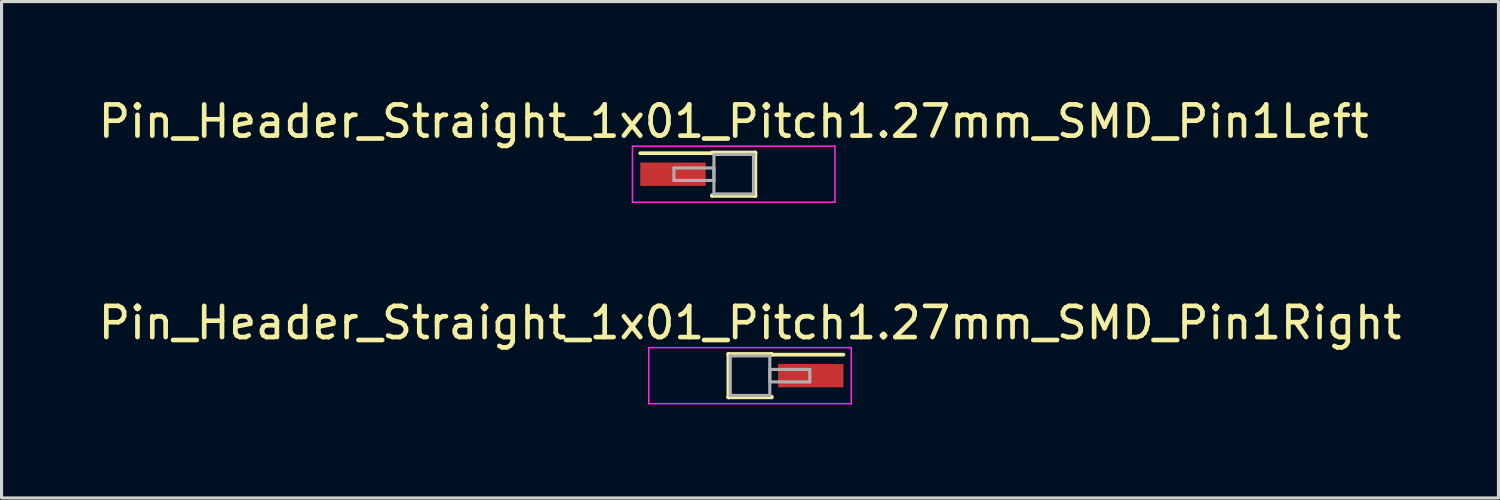
<source format=kicad_pcb>
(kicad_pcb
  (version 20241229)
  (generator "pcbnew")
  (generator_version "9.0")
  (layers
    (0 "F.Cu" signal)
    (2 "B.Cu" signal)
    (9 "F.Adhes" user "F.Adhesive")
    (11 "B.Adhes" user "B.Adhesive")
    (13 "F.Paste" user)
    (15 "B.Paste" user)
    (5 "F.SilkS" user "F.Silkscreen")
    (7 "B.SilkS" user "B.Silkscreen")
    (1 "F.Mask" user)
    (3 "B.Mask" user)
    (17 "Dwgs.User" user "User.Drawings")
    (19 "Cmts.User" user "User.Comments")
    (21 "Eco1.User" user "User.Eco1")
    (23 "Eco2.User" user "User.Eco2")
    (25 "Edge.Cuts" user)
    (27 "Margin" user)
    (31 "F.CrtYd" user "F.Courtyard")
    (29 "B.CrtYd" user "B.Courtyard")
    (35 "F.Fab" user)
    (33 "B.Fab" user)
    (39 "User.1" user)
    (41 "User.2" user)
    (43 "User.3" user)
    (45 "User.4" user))
  (footprint "Pin_Header_Straight_1x01_Pitch1.27mm_SMD_Pin1Right"
    (layer "F.Cu")
    (at 21.03 9.011)
    (property "Reference" "Pin_Header_Straight_1x01_Pitch1.27mm_SMD_Pin1Right" (at 0 -1.695 0) (layer "F.SilkS") (effects (font (size 1 1) (thickness 0.15))))
    (attr smd)
    (fp_line (start -0.695 -0.695) (end -0.695 0.695) (stroke (width 0.12) (type solid)) (layer "F.SilkS"))
    (fp_line (start -0.695 -0.695) (end 0.695 -0.695) (stroke (width 0.12) (type solid)) (layer "F.SilkS"))
    (fp_line (start -0.695 -0.675) (end -0.695 -0.695) (stroke (width 0.12) (type solid)) (layer "F.SilkS"))
    (fp_line (start -0.695 0.675) (end -0.695 0.695) (stroke (width 0.12) (type solid)) (layer "F.SilkS"))
    (fp_line (start -0.695 0.695) (end 0.695 0.695) (stroke (width 0.12) (type solid)) (layer "F.SilkS"))
    (fp_line (start 0.695 -0.695) (end 0.695 -0.675) (stroke (width 0.12) (type solid)) (layer "F.SilkS"))
    (fp_line (start 0.695 -0.675) (end 3 -0.675) (stroke (width 0.12) (type solid)) (layer "F.SilkS"))
    (fp_line (start 0.695 0.695) (end 0.695 0.675) (stroke (width 0.12) (type solid)) (layer "F.SilkS"))
    (fp_line (start -3.25 -0.9) (end -3.25 0.9) (stroke (width 0.05) (type solid)) (layer "F.CrtYd"))
    (fp_line (start -3.25 0.9) (end 3.25 0.9) (stroke (width 0.05) (type solid)) (layer "F.CrtYd"))
    (fp_line (start 3.25 -0.9) (end -3.25 -0.9) (stroke (width 0.05) (type solid)) (layer "F.CrtYd"))
    (fp_line (start 3.25 0.9) (end 3.25 -0.9) (stroke (width 0.05) (type solid)) (layer "F.CrtYd"))
    (fp_line (start -0.635 -0.635) (end -0.635 0.635) (stroke (width 0.1) (type solid)) (layer "F.Fab"))
    (fp_line (start -0.635 0.635) (end 0.635 0.635) (stroke (width 0.1) (type solid)) (layer "F.Fab"))
    (fp_line (start 0.635 -0.635) (end -0.635 -0.635) (stroke (width 0.1) (type solid)) (layer "F.Fab"))
    (fp_line (start 0.635 -0.2) (end 0.635 0.2) (stroke (width 0.1) (type solid)) (layer "F.Fab"))
    (fp_line (start 0.635 0.2) (end 1.92 0.2) (stroke (width 0.1) (type solid)) (layer "F.Fab"))
    (fp_line (start 0.635 0.635) (end 0.635 -0.635) (stroke (width 0.1) (type solid)) (layer "F.Fab"))
    (fp_line (start 1.92 -0.2) (end 0.635 -0.2) (stroke (width 0.1) (type solid)) (layer "F.Fab"))
    (fp_line (start 1.92 0.2) (end 1.92 -0.2) (stroke (width 0.1) (type solid)) (layer "F.Fab"))
    (pad "1" smd rect (at 1.95 0) (size 2.1 0.75) (layers "F.Cu" "F.Mask")))
  (footprint "Pin_Header_Straight_1x01_Pitch1.27mm_SMD_Pin1Left"
    (layer "F.Cu")
    (at 20.506 2.543)
    (property "Reference" "Pin_Header_Straight_1x01_Pitch1.27mm_SMD_Pin1Left" (at 0 -1.695 0) (layer "F.SilkS") (effects (font (size 1 1) (thickness 0.15))))
    (attr smd)
    (fp_line (start -0.695 -0.695) (end 0.695 -0.695) (stroke (width 0.12) (type solid)) (layer "F.SilkS"))
    (fp_line (start -0.695 -0.675) (end -3 -0.675) (stroke (width 0.12) (type solid)) (layer "F.SilkS"))
    (fp_line (start -0.695 -0.675) (end -0.695 -0.695) (stroke (width 0.12) (type solid)) (layer "F.SilkS"))
    (fp_line (start -0.695 0.675) (end -0.695 0.695) (stroke (width 0.12) (type solid)) (layer "F.SilkS"))
    (fp_line (start -0.695 0.695) (end 0.695 0.695) (stroke (width 0.12) (type solid)) (layer "F.SilkS"))
    (fp_line (start 0.695 -0.695) (end 0.695 -0.675) (stroke (width 0.12) (type solid)) (layer "F.SilkS"))
    (fp_line (start 0.695 -0.695) (end 0.695 0.695) (stroke (width 0.12) (type solid)) (layer "F.SilkS"))
    (fp_line (start 0.695 0.695) (end 0.695 0.675) (stroke (width 0.12) (type solid)) (layer "F.SilkS"))
    (fp_line (start -3.25 -0.9) (end -3.25 0.9) (stroke (width 0.05) (type solid)) (layer "F.CrtYd"))
    (fp_line (start -3.25 0.9) (end 3.25 0.9) (stroke (width 0.05) (type solid)) (layer "F.CrtYd"))
    (fp_line (start 3.25 -0.9) (end -3.25 -0.9) (stroke (width 0.05) (type solid)) (layer "F.CrtYd"))
    (fp_line (start 3.25 0.9) (end 3.25 -0.9) (stroke (width 0.05) (type solid)) (layer "F.CrtYd"))
    (fp_line (start -1.92 -0.2) (end -0.635 -0.2) (stroke (width 0.1) (type solid)) (layer "F.Fab"))
    (fp_line (start -1.92 0.2) (end -1.92 -0.2) (stroke (width 0.1) (type solid)) (layer "F.Fab"))
    (fp_line (start -0.635 -0.635) (end -0.635 0.635) (stroke (width 0.1) (type solid)) (layer "F.Fab"))
    (fp_line (start -0.635 -0.2) (end -0.635 0.2) (stroke (width 0.1) (type solid)) (layer "F.Fab"))
    (fp_line (start -0.635 0.2) (end -1.92 0.2) (stroke (width 0.1) (type solid)) (layer "F.Fab"))
    (fp_line (start -0.635 0.635) (end 0.635 0.635) (stroke (width 0.1) (type solid)) (layer "F.Fab"))
    (fp_line (start 0.635 -0.635) (end -0.635 -0.635) (stroke (width 0.1) (type solid)) (layer "F.Fab"))
    (fp_line (start 0.635 0.635) (end 0.635 -0.635) (stroke (width 0.1) (type solid)) (layer "F.Fab"))
    (pad "1" smd rect (at -1.95 0) (size 2.1 0.75) (layers "F.Cu" "F.Mask")))
  (gr_rect
    (start -3 -3)
    (end 45.06 12.937)
    (stroke (width 0.1) (type default))
    (fill no)
    (layer "Edge.Cuts")))
</source>
